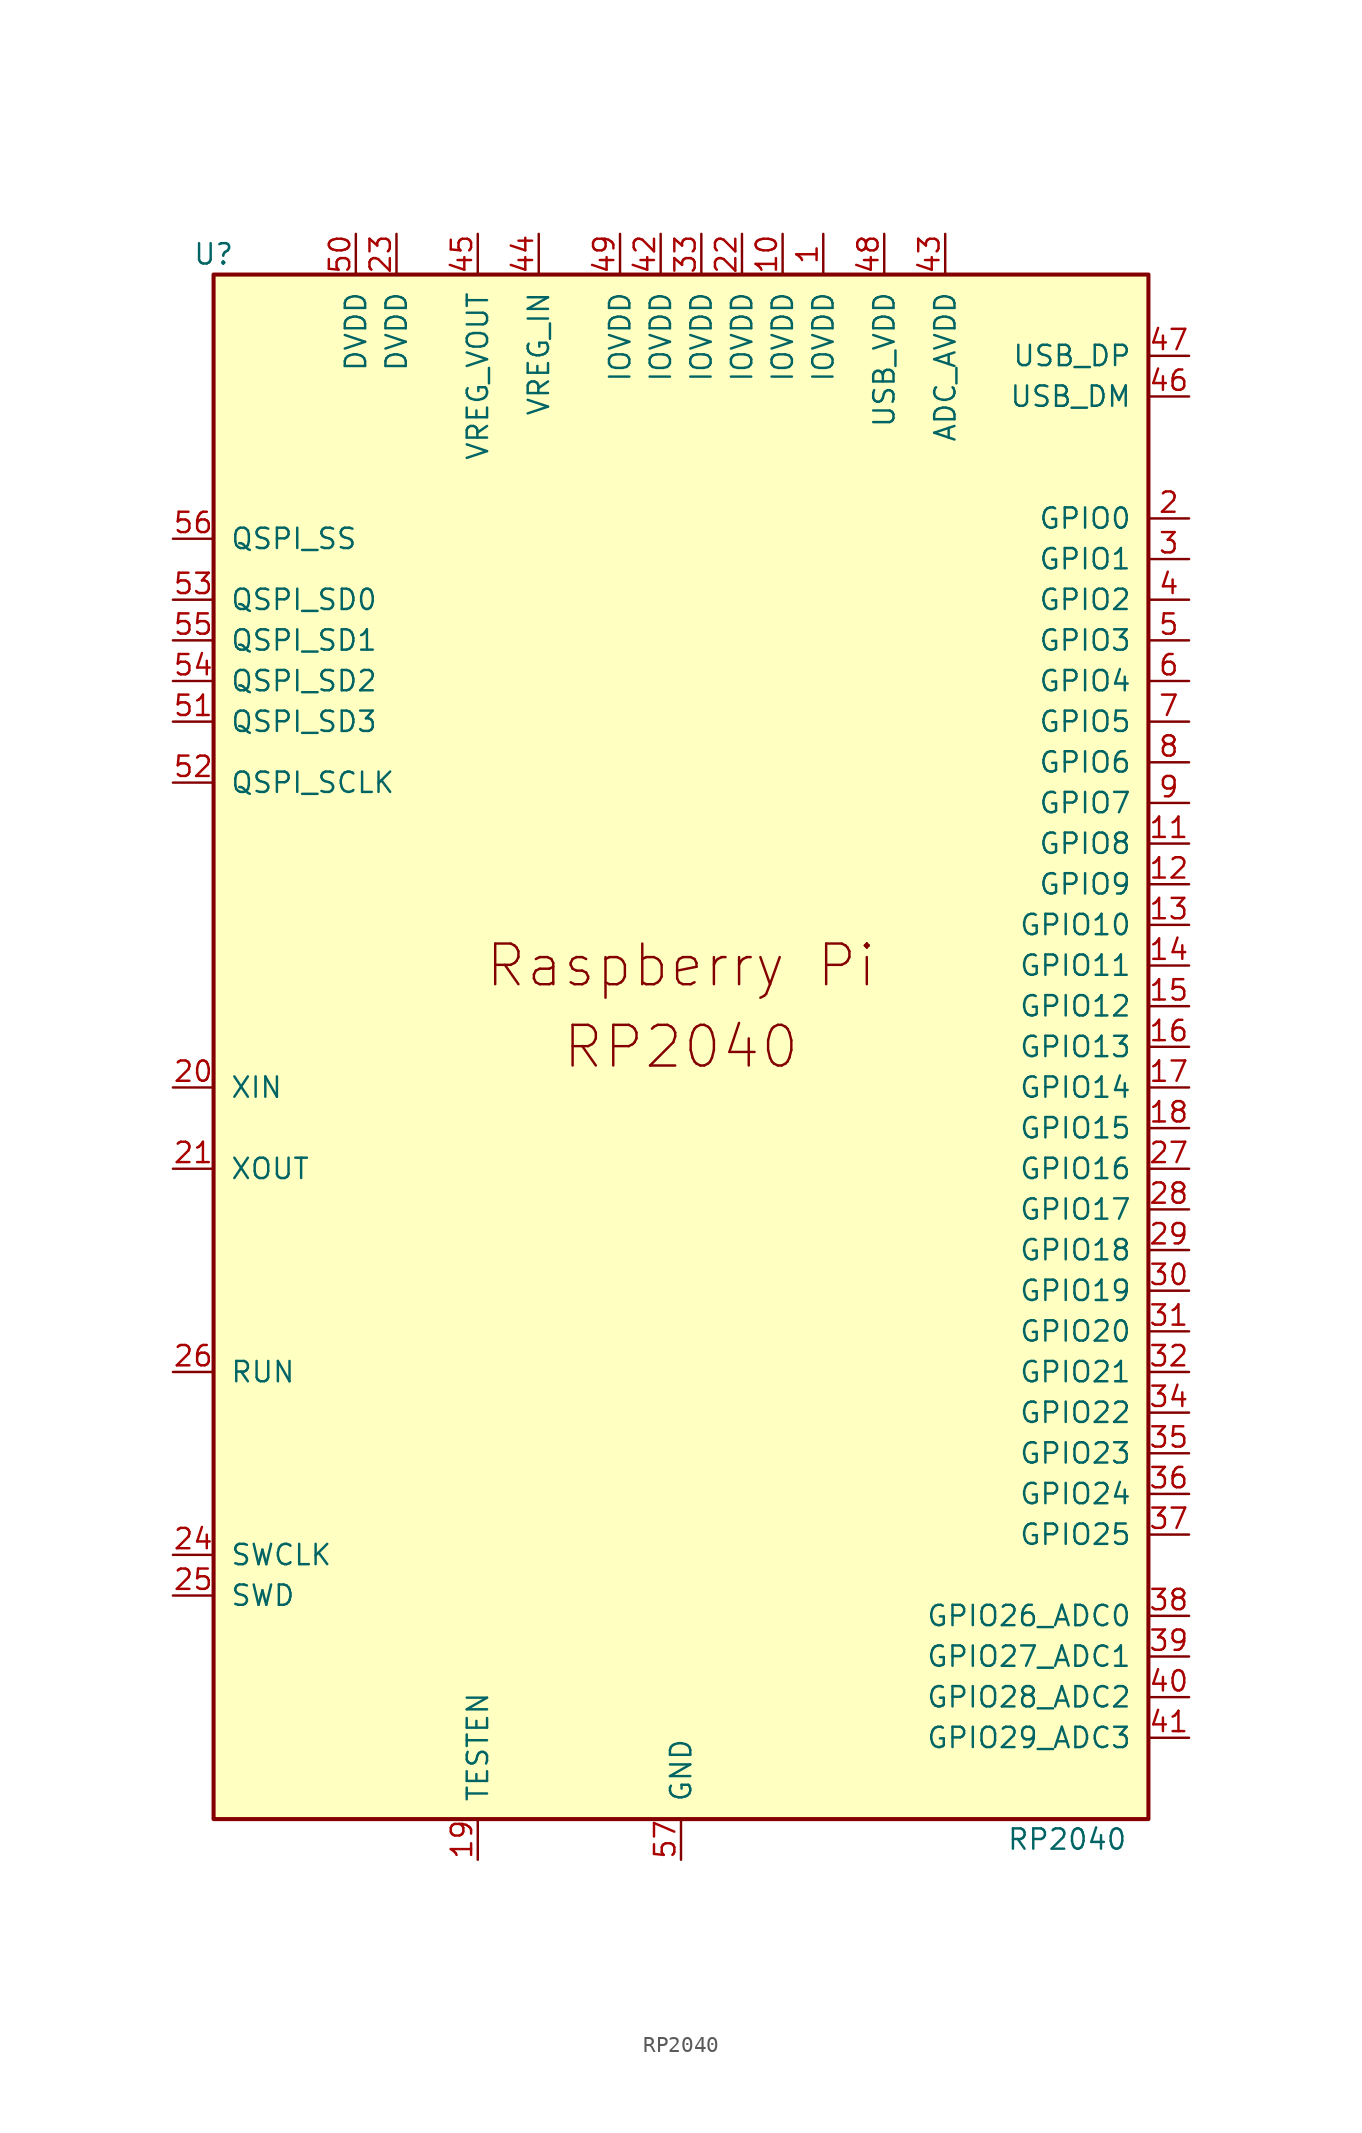
<source format=kicad_sym>
(kicad_symbol_lib
  (version 20201005)
  (generator kicad_symbol_editor)
  (symbol "MCU_RaspberryPi_and_Boards:RP2040"
    (pin_names
      (offset 1.016))
    (property "Reference" "U"
      (at -29.21 49.53 0)
      (effects (font (size 1.27 1.27))))
    (property "Value" "RP2040"
      (at 24.13 -49.53 0)
      (effects (font (size 1.27 1.27))))
    (symbol "RP2040_0_0"
      (text "Raspberry Pi" (at 0 5.08 0) (effects (font (size 2.54 2.54))))
      (text "RP2040" (at 0 0 0) (effects (font (size 2.54 2.54)))))
    (symbol "RP2040_0_1"
      (rectangle (start 29.21 48.26) (end -29.21 -48.26) (stroke (width 0.254)) (fill (type background))))
    (symbol "RP2040_1_1"
      (pin power_in line (at 8.89 50.8 270) (length 2.54) (name "IOVDD" (effects (font (size 1.27 1.27)))) (number "1" (effects (font (size 1.27 1.27)))))
      (pin power_in line (at 6.35 50.8 270) (length 2.54) (name "IOVDD" (effects (font (size 1.27 1.27)))) (number "10" (effects (font (size 1.27 1.27)))))
      (pin bidirectional line (at 31.75 12.7 180) (length 2.54) (name "GPIO8" (effects (font (size 1.27 1.27)))) (number "11" (effects (font (size 1.27 1.27)))))
      (pin bidirectional line (at 31.75 10.16 180) (length 2.54) (name "GPIO9" (effects (font (size 1.27 1.27)))) (number "12" (effects (font (size 1.27 1.27)))))
      (pin bidirectional line (at 31.75 7.62 180) (length 2.54) (name "GPIO10" (effects (font (size 1.27 1.27)))) (number "13" (effects (font (size 1.27 1.27)))))
      (pin bidirectional line (at 31.75 5.08 180) (length 2.54) (name "GPIO11" (effects (font (size 1.27 1.27)))) (number "14" (effects (font (size 1.27 1.27)))))
      (pin bidirectional line (at 31.75 2.54 180) (length 2.54) (name "GPIO12" (effects (font (size 1.27 1.27)))) (number "15" (effects (font (size 1.27 1.27)))))
      (pin bidirectional line (at 31.75 0 180) (length 2.54) (name "GPIO13" (effects (font (size 1.27 1.27)))) (number "16" (effects (font (size 1.27 1.27)))))
      (pin bidirectional line (at 31.75 -2.54 180) (length 2.54) (name "GPIO14" (effects (font (size 1.27 1.27)))) (number "17" (effects (font (size 1.27 1.27)))))
      (pin bidirectional line (at 31.75 -5.08 180) (length 2.54) (name "GPIO15" (effects (font (size 1.27 1.27)))) (number "18" (effects (font (size 1.27 1.27)))))
      (pin passive line (at -12.7 -50.8 90) (length 2.54) (name "TESTEN" (effects (font (size 1.27 1.27)))) (number "19" (effects (font (size 1.27 1.27)))))
      (pin bidirectional line (at 31.75 33.02 180) (length 2.54) (name "GPIO0" (effects (font (size 1.27 1.27)))) (number "2" (effects (font (size 1.27 1.27)))))
      (pin input line (at -31.75 -2.54 0) (length 2.54) (name "XIN" (effects (font (size 1.27 1.27)))) (number "20" (effects (font (size 1.27 1.27)))))
      (pin passive line (at -31.75 -7.62 0) (length 2.54) (name "XOUT" (effects (font (size 1.27 1.27)))) (number "21" (effects (font (size 1.27 1.27)))))
      (pin power_in line (at 3.81 50.8 270) (length 2.54) (name "IOVDD" (effects (font (size 1.27 1.27)))) (number "22" (effects (font (size 1.27 1.27)))))
      (pin power_in line (at -17.78 50.8 270) (length 2.54) (name "DVDD" (effects (font (size 1.27 1.27)))) (number "23" (effects (font (size 1.27 1.27)))))
      (pin output line (at -31.75 -31.75 0) (length 2.54) (name "SWCLK" (effects (font (size 1.27 1.27)))) (number "24" (effects (font (size 1.27 1.27)))))
      (pin bidirectional line (at -31.75 -34.29 0) (length 2.54) (name "SWD" (effects (font (size 1.27 1.27)))) (number "25" (effects (font (size 1.27 1.27)))))
      (pin input line (at -31.75 -20.32 0) (length 2.54) (name "RUN" (effects (font (size 1.27 1.27)))) (number "26" (effects (font (size 1.27 1.27)))))
      (pin bidirectional line (at 31.75 -7.62 180) (length 2.54) (name "GPIO16" (effects (font (size 1.27 1.27)))) (number "27" (effects (font (size 1.27 1.27)))))
      (pin bidirectional line (at 31.75 -10.16 180) (length 2.54) (name "GPIO17" (effects (font (size 1.27 1.27)))) (number "28" (effects (font (size 1.27 1.27)))))
      (pin bidirectional line (at 31.75 -12.7 180) (length 2.54) (name "GPIO18" (effects (font (size 1.27 1.27)))) (number "29" (effects (font (size 1.27 1.27)))))
      (pin bidirectional line (at 31.75 30.48 180) (length 2.54) (name "GPIO1" (effects (font (size 1.27 1.27)))) (number "3" (effects (font (size 1.27 1.27)))))
      (pin bidirectional line (at 31.75 -15.24 180) (length 2.54) (name "GPIO19" (effects (font (size 1.27 1.27)))) (number "30" (effects (font (size 1.27 1.27)))))
      (pin bidirectional line (at 31.75 -17.78 180) (length 2.54) (name "GPIO20" (effects (font (size 1.27 1.27)))) (number "31" (effects (font (size 1.27 1.27)))))
      (pin bidirectional line (at 31.75 -20.32 180) (length 2.54) (name "GPIO21" (effects (font (size 1.27 1.27)))) (number "32" (effects (font (size 1.27 1.27)))))
      (pin power_in line (at 1.27 50.8 270) (length 2.54) (name "IOVDD" (effects (font (size 1.27 1.27)))) (number "33" (effects (font (size 1.27 1.27)))))
      (pin bidirectional line (at 31.75 -22.86 180) (length 2.54) (name "GPIO22" (effects (font (size 1.27 1.27)))) (number "34" (effects (font (size 1.27 1.27)))))
      (pin bidirectional line (at 31.75 -25.4 180) (length 2.54) (name "GPIO23" (effects (font (size 1.27 1.27)))) (number "35" (effects (font (size 1.27 1.27)))))
      (pin bidirectional line (at 31.75 -27.94 180) (length 2.54) (name "GPIO24" (effects (font (size 1.27 1.27)))) (number "36" (effects (font (size 1.27 1.27)))))
      (pin bidirectional line (at 31.75 -30.48 180) (length 2.54) (name "GPIO25" (effects (font (size 1.27 1.27)))) (number "37" (effects (font (size 1.27 1.27)))))
      (pin bidirectional line (at 31.75 -35.56 180) (length 2.54) (name "GPIO26_ADC0" (effects (font (size 1.27 1.27)))) (number "38" (effects (font (size 1.27 1.27)))))
      (pin bidirectional line (at 31.75 -38.1 180) (length 2.54) (name "GPIO27_ADC1" (effects (font (size 1.27 1.27)))) (number "39" (effects (font (size 1.27 1.27)))))
      (pin bidirectional line (at 31.75 27.94 180) (length 2.54) (name "GPIO2" (effects (font (size 1.27 1.27)))) (number "4" (effects (font (size 1.27 1.27)))))
      (pin bidirectional line (at 31.75 -40.64 180) (length 2.54) (name "GPIO28_ADC2" (effects (font (size 1.27 1.27)))) (number "40" (effects (font (size 1.27 1.27)))))
      (pin bidirectional line (at 31.75 -43.18 180) (length 2.54) (name "GPIO29_ADC3" (effects (font (size 1.27 1.27)))) (number "41" (effects (font (size 1.27 1.27)))))
      (pin power_in line (at -1.27 50.8 270) (length 2.54) (name "IOVDD" (effects (font (size 1.27 1.27)))) (number "42" (effects (font (size 1.27 1.27)))))
      (pin power_in line (at 16.51 50.8 270) (length 2.54) (name "ADC_AVDD" (effects (font (size 1.27 1.27)))) (number "43" (effects (font (size 1.27 1.27)))))
      (pin power_in line (at -8.89 50.8 270) (length 2.54) (name "VREG_IN" (effects (font (size 1.27 1.27)))) (number "44" (effects (font (size 1.27 1.27)))))
      (pin power_out line (at -12.7 50.8 270) (length 2.54) (name "VREG_VOUT" (effects (font (size 1.27 1.27)))) (number "45" (effects (font (size 1.27 1.27)))))
      (pin bidirectional line (at 31.75 40.64 180) (length 2.54) (name "USB_DM" (effects (font (size 1.27 1.27)))) (number "46" (effects (font (size 1.27 1.27)))))
      (pin bidirectional line (at 31.75 43.18 180) (length 2.54) (name "USB_DP" (effects (font (size 1.27 1.27)))) (number "47" (effects (font (size 1.27 1.27)))))
      (pin power_in line (at 12.7 50.8 270) (length 2.54) (name "USB_VDD" (effects (font (size 1.27 1.27)))) (number "48" (effects (font (size 1.27 1.27)))))
      (pin power_in line (at -3.81 50.8 270) (length 2.54) (name "IOVDD" (effects (font (size 1.27 1.27)))) (number "49" (effects (font (size 1.27 1.27)))))
      (pin bidirectional line (at 31.75 25.4 180) (length 2.54) (name "GPIO3" (effects (font (size 1.27 1.27)))) (number "5" (effects (font (size 1.27 1.27)))))
      (pin power_in line (at -20.32 50.8 270) (length 2.54) (name "DVDD" (effects (font (size 1.27 1.27)))) (number "50" (effects (font (size 1.27 1.27)))))
      (pin bidirectional line (at -31.75 20.32 0) (length 2.54) (name "QSPI_SD3" (effects (font (size 1.27 1.27)))) (number "51" (effects (font (size 1.27 1.27)))))
      (pin output line (at -31.75 16.51 0) (length 2.54) (name "QSPI_SCLK" (effects (font (size 1.27 1.27)))) (number "52" (effects (font (size 1.27 1.27)))))
      (pin bidirectional line (at -31.75 27.94 0) (length 2.54) (name "QSPI_SD0" (effects (font (size 1.27 1.27)))) (number "53" (effects (font (size 1.27 1.27)))))
      (pin bidirectional line (at -31.75 22.86 0) (length 2.54) (name "QSPI_SD2" (effects (font (size 1.27 1.27)))) (number "54" (effects (font (size 1.27 1.27)))))
      (pin bidirectional line (at -31.75 25.4 0) (length 2.54) (name "QSPI_SD1" (effects (font (size 1.27 1.27)))) (number "55" (effects (font (size 1.27 1.27)))))
      (pin bidirectional line (at -31.75 31.75 0) (length 2.54) (name "QSPI_SS" (effects (font (size 1.27 1.27)))) (number "56" (effects (font (size 1.27 1.27)))))
      (pin power_in line (at 0 -50.8 90) (length 2.54) (name "GND" (effects (font (size 1.27 1.27)))) (number "57" (effects (font (size 1.27 1.27)))))
      (pin bidirectional line (at 31.75 22.86 180) (length 2.54) (name "GPIO4" (effects (font (size 1.27 1.27)))) (number "6" (effects (font (size 1.27 1.27)))))
      (pin bidirectional line (at 31.75 20.32 180) (length 2.54) (name "GPIO5" (effects (font (size 1.27 1.27)))) (number "7" (effects (font (size 1.27 1.27)))))
      (pin bidirectional line (at 31.75 17.78 180) (length 2.54) (name "GPIO6" (effects (font (size 1.27 1.27)))) (number "8" (effects (font (size 1.27 1.27)))))
      (pin bidirectional line (at 31.75 15.24 180) (length 2.54) (name "GPIO7" (effects (font (size 1.27 1.27)))) (number "9" (effects (font (size 1.27 1.27))))))))
</source>
